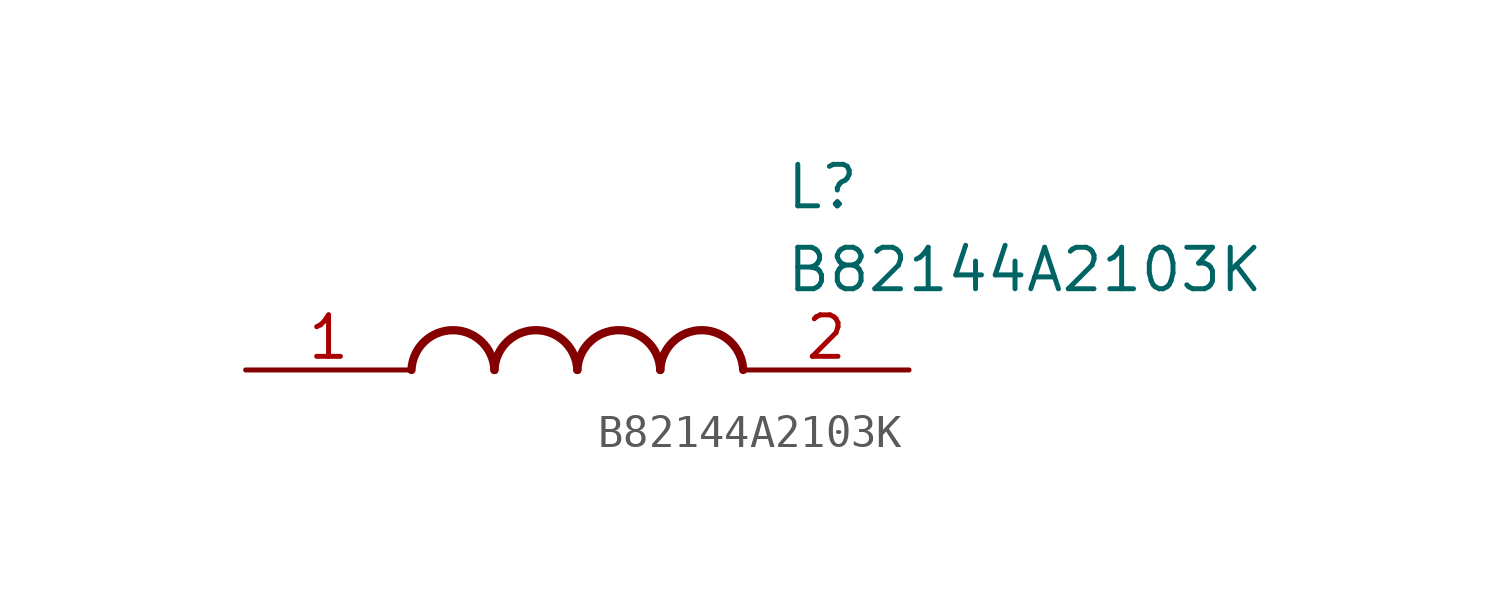
<source format=kicad_sym>
(kicad_symbol_lib
  (version 20211014)
  (generator SamacSys_ECAD_Model)
  (symbol "B82144A2103K"
    (pin_names hide)
    (property "Reference" "L"
      (at 16.51 6.35 0)
      (effects (font (size 1.27 1.27)) (justify left top)))
    (property "Value" "B82144A2103K"
      (at 16.51 3.81 0)
      (effects (font (size 1.27 1.27)) (justify left top)))
    (arc
      (start 7.62 0)
      (mid 6.35 1.219)
      (end 5.08 0)
      (stroke (width 0.254) (type default))
      (fill (type none)))
    (arc
      (start 10.16 0)
      (mid 8.89 1.219)
      (end 7.62 0)
      (stroke (width 0.254) (type default))
      (fill (type none)))
    (arc
      (start 12.7 0)
      (mid 11.43 1.219)
      (end 10.16 0)
      (stroke (width 0.254) (type default))
      (fill (type none)))
    (arc
      (start 15.24 0)
      (mid 13.97 1.219)
      (end 12.7 0)
      (stroke (width 0.254) (type default))
      (fill (type none)))
    (pin passive line
      (at 0 0 0)
      (length 5.08)
      (name "1" (effects (font (size 1.27 1.27))))
      (number "1" (effects (font (size 1.27 1.27)))))
    (pin passive line
      (at 20.32 0 180)
      (length 5.08)
      (name "2" (effects (font (size 1.27 1.27))))
      (number "2" (effects (font (size 1.27 1.27)))))))
</source>
